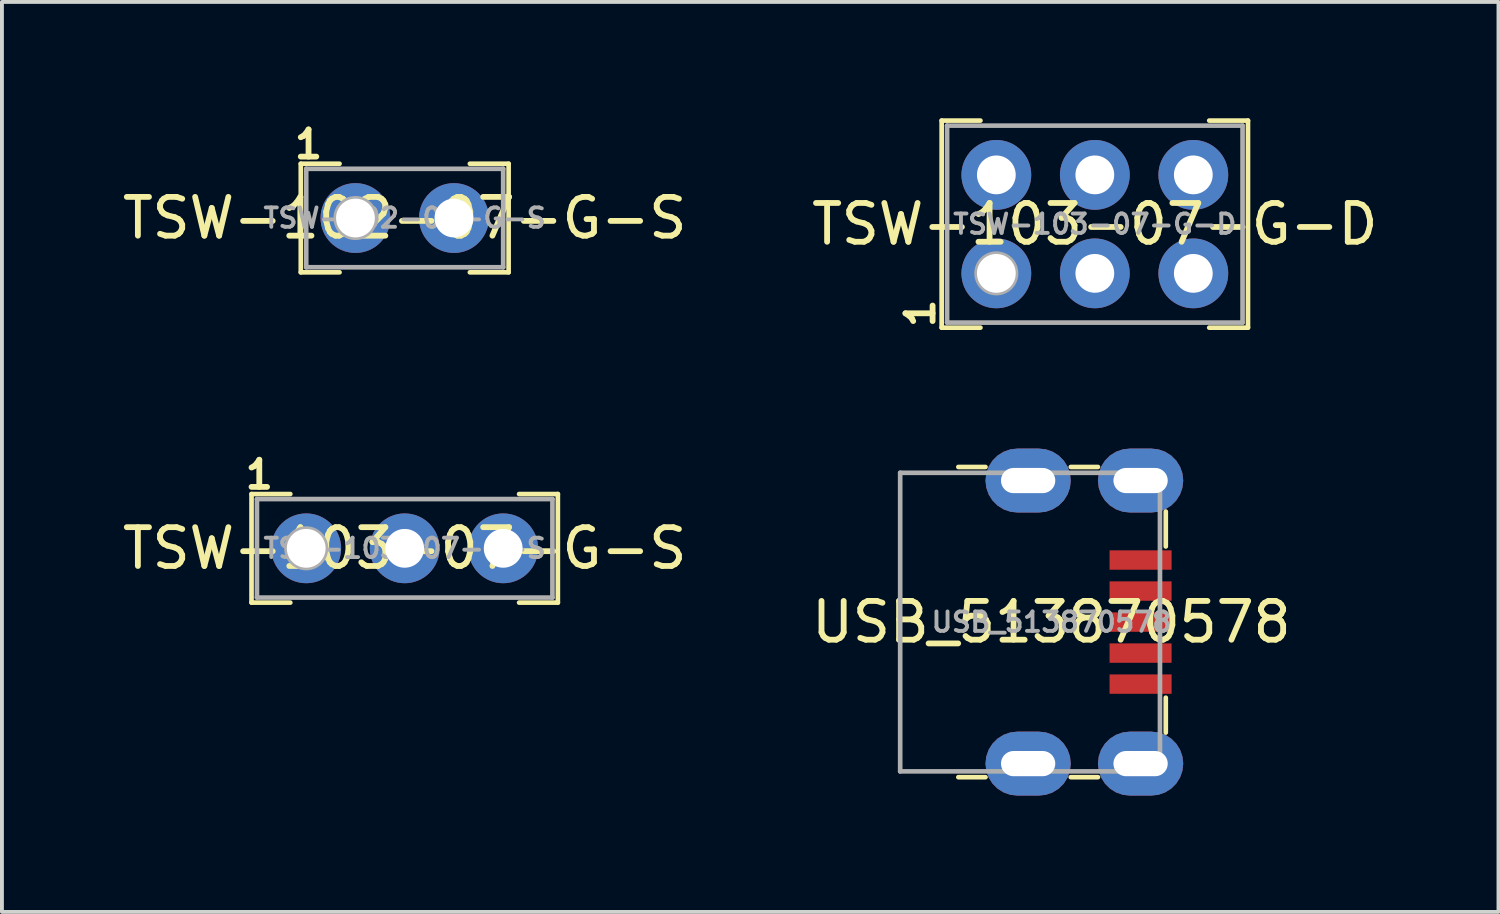
<source format=kicad_pcb>
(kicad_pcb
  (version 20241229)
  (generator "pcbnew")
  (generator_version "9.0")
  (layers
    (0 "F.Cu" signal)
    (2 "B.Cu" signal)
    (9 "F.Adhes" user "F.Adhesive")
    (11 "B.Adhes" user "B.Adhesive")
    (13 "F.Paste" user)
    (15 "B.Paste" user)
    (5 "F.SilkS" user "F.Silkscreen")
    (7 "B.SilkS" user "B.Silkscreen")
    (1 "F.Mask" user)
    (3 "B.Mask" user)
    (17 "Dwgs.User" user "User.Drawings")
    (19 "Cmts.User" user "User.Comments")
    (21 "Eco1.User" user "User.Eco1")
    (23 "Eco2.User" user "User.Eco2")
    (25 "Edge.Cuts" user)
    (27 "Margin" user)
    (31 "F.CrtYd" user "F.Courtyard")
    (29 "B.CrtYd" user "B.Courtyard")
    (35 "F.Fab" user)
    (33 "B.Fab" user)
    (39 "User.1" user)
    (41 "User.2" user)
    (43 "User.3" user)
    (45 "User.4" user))
  (footprint "TSW-102-07-G-S"
    (layer "F.Cu")
    (at 7.387 2.573)
    (property "Reference" "TSW-102-07-G-S" (at 0 0 0) (layer "F.SilkS") (effects (font (size 1 1) (thickness 0.15))))
    (attr through_hole)
    (fp_line (start -2.68 -1.4) (end -2.68 1.4) (stroke (width 0.12) (type solid)) (layer "F.SilkS"))
    (fp_line (start -2.68 -1.4) (end -1.68 -1.4) (stroke (width 0.12) (type solid)) (layer "F.SilkS"))
    (fp_line (start -2.68 1.4) (end -1.68 1.4) (stroke (width 0.12) (type solid)) (layer "F.SilkS"))
    (fp_line (start 2.68 -1.4) (end 1.68 -1.4) (stroke (width 0.12) (type solid)) (layer "F.SilkS"))
    (fp_line (start 2.68 1.4) (end 1.68 1.4) (stroke (width 0.12) (type solid)) (layer "F.SilkS"))
    (fp_line (start 2.68 1.4) (end 2.68 -1.4) (stroke (width 0.12) (type solid)) (layer "F.SilkS"))
    (fp_line (start -2.54 -1.27) (end -2.54 1.27) (stroke (width 0.12) (type solid)) (layer "F.Fab"))
    (fp_line (start -2.54 1.27) (end 2.54 1.27) (stroke (width 0.12) (type solid)) (layer "F.Fab"))
    (fp_line (start 2.54 -1.27) (end -2.54 -1.27) (stroke (width 0.12) (type solid)) (layer "F.Fab"))
    (fp_line (start 2.54 1.27) (end 2.54 -1.27) (stroke (width 0.12) (type solid)) (layer "F.Fab"))
    (fp_circle (center -1.27 0) (end -1.27 -0.508) (stroke (width 0.12) (type solid)) (fill no) (layer "F.Fab"))
    (fp_text user "1" (at -2.48 -1.9 0) (layer "F.SilkS") (effects (font (size 0.7 0.7) (thickness 0.15))))
    (fp_text user "${REFERENCE}" (at 0 0 0) (layer "F.Fab") (effects (font (size 0.5 0.5) (thickness 0.1))))
    (pad "1" thru_hole circle (at -1.27 0) (size 1.8 1.8) (drill 1) (layers "*.Cu" "*.Mask"))
    (pad "2" thru_hole circle (at 1.27 0) (size 1.8 1.8) (drill 1) (layers "*.Cu" "*.Mask")))
  (footprint "TSW-103-07-G-S"
    (layer "F.Cu")
    (at 7.387 11.091)
    (property "Reference" "TSW-103-07-G-S" (at 0 0 0) (layer "F.SilkS") (effects (font (size 1 1) (thickness 0.15))))
    (attr through_hole)
    (fp_line (start -3.95 -1.4) (end -3.95 1.4) (stroke (width 0.12) (type solid)) (layer "F.SilkS"))
    (fp_line (start -3.95 -1.4) (end -2.95 -1.4) (stroke (width 0.12) (type solid)) (layer "F.SilkS"))
    (fp_line (start -3.95 1.4) (end -2.95 1.4) (stroke (width 0.12) (type solid)) (layer "F.SilkS"))
    (fp_line (start 3.95 -1.4) (end 2.95 -1.4) (stroke (width 0.12) (type solid)) (layer "F.SilkS"))
    (fp_line (start 3.95 1.4) (end 2.95 1.4) (stroke (width 0.12) (type solid)) (layer "F.SilkS"))
    (fp_line (start 3.95 1.4) (end 3.95 -1.4) (stroke (width 0.12) (type solid)) (layer "F.SilkS"))
    (fp_line (start -3.81 -1.27) (end -3.81 1.27) (stroke (width 0.12) (type solid)) (layer "F.Fab"))
    (fp_line (start -3.81 1.27) (end 3.81 1.27) (stroke (width 0.12) (type solid)) (layer "F.Fab"))
    (fp_line (start 3.81 -1.27) (end -3.81 -1.27) (stroke (width 0.12) (type solid)) (layer "F.Fab"))
    (fp_line (start 3.81 1.27) (end 3.81 -1.27) (stroke (width 0.12) (type solid)) (layer "F.Fab"))
    (fp_circle (center -2.54 0) (end -2.54 -0.508) (stroke (width 0.12) (type solid)) (fill no) (layer "F.Fab"))
    (fp_text user "1" (at -3.75 -1.9 0) (layer "F.SilkS") (effects (font (size 0.7 0.7) (thickness 0.15))))
    (fp_text user "${REFERENCE}" (at 0 0 0) (layer "F.Fab") (effects (font (size 0.5 0.5) (thickness 0.1))))
    (pad "1" thru_hole circle (at -2.54 0) (size 1.8 1.8) (drill 1) (layers "*.Cu" "*.Mask"))
    (pad "2" thru_hole circle (at 0 0) (size 1.8 1.8) (drill 1) (layers "*.Cu" "*.Mask"))
    (pad "3" thru_hole circle (at 2.54 0) (size 1.8 1.8) (drill 1) (layers "*.Cu" "*.Mask")))
  (footprint "USB_513870578"
    (layer "F.Cu")
    (at 21.565 12.993)
    (property "Reference" "USB_513870578" (at 2.5 0 0) (layer "F.SilkS") (effects (font (size 1 1) (thickness 0.15))))
    (attr through_hole)
    (fp_line (start 0.1 -4) (end 0.8 -4) (stroke (width 0.12) (type solid)) (layer "F.SilkS"))
    (fp_line (start 0.1 4) (end 0.8 4) (stroke (width 0.12) (type solid)) (layer "F.SilkS"))
    (fp_line (start 3 -4) (end 3.7 -4) (stroke (width 0.12) (type solid)) (layer "F.SilkS"))
    (fp_line (start 3 4) (end 3.7 4) (stroke (width 0.12) (type solid)) (layer "F.SilkS"))
    (fp_line (start 5.45 -2.85) (end 5.45 -1.95) (stroke (width 0.12) (type solid)) (layer "F.SilkS"))
    (fp_line (start 5.45 1.95) (end 5.45 2.85) (stroke (width 0.12) (type solid)) (layer "F.SilkS"))
    (fp_line (start -1.4 -3.85) (end -1.4 3.85) (stroke (width 0.12) (type solid)) (layer "F.Fab"))
    (fp_line (start -1.4 3.85) (end 5.3 3.85) (stroke (width 0.12) (type solid)) (layer "F.Fab"))
    (fp_line (start 5.3 -3.85) (end -1.4 -3.85) (stroke (width 0.12) (type solid)) (layer "F.Fab"))
    (fp_line (start 5.3 -3.85) (end 5.3 3.85) (stroke (width 0.12) (type solid)) (layer "F.Fab"))
    (fp_text user "${REFERENCE}" (at 2.5 0 0) (layer "F.Fab") (effects (font (size 0.5 0.5) (thickness 0.1))))
    (pad "1" smd rect (at 4.8 -1.6 90) (size 0.5 1.6) (layers "F.Cu" "F.Mask" "F.Paste"))
    (pad "2" smd rect (at 4.8 -0.8 90) (size 0.5 1.6) (layers "F.Cu" "F.Mask" "F.Paste"))
    (pad "3" smd rect (at 4.8 0 90) (size 0.5 1.6) (layers "F.Cu" "F.Mask" "F.Paste"))
    (pad "4" smd rect (at 4.8 0.8 90) (size 0.5 1.6) (layers "F.Cu" "F.Mask" "F.Paste"))
    (pad "5" smd rect (at 4.8 1.6 90) (size 0.5 1.6) (layers "F.Cu" "F.Mask" "F.Paste"))
    (pad "6" thru_hole roundrect (at 1.9 -3.65 90) (size 1.65 2.2) (drill oval 0.65 1.4) (layers "*.Cu" "*.Mask") (roundrect_rratio 0.5))
    (pad "6" thru_hole roundrect (at 1.9 3.65 90) (size 1.65 2.2) (drill oval 0.65 1.4) (layers "*.Cu" "*.Mask") (roundrect_rratio 0.5))
    (pad "6" thru_hole roundrect (at 4.8 -3.65 90) (size 1.65 2.2) (drill oval 0.65 1.4) (layers "*.Cu" "*.Mask") (roundrect_rratio 0.5))
    (pad "6" thru_hole roundrect (at 4.8 3.65 90) (size 1.65 2.2) (drill oval 0.65 1.4) (layers "*.Cu" "*.Mask") (roundrect_rratio 0.5)))
  (footprint "TSW-103-07-G-D"
    (layer "F.Cu")
    (at 25.185 2.73)
    (property "Reference" "TSW-103-07-G-D" (at 0 0 0) (layer "F.SilkS") (effects (font (size 1 1) (thickness 0.15))))
    (attr through_hole)
    (fp_line (start -3.95 -2.67) (end -3.95 2.67) (stroke (width 0.12) (type solid)) (layer "F.SilkS"))
    (fp_line (start -3.95 -2.67) (end -2.95 -2.67) (stroke (width 0.12) (type solid)) (layer "F.SilkS"))
    (fp_line (start -3.95 2.67) (end -2.95 2.67) (stroke (width 0.12) (type solid)) (layer "F.SilkS"))
    (fp_line (start 3.95 -2.67) (end 2.95 -2.67) (stroke (width 0.12) (type solid)) (layer "F.SilkS"))
    (fp_line (start 3.95 2.67) (end 2.95 2.67) (stroke (width 0.12) (type solid)) (layer "F.SilkS"))
    (fp_line (start 3.95 2.67) (end 3.95 -2.67) (stroke (width 0.12) (type solid)) (layer "F.SilkS"))
    (fp_line (start -3.81 -2.54) (end -3.81 2.54) (stroke (width 0.12) (type solid)) (layer "F.Fab"))
    (fp_line (start -3.81 2.54) (end 3.81 2.54) (stroke (width 0.12) (type solid)) (layer "F.Fab"))
    (fp_line (start 3.81 -2.54) (end -3.81 -2.54) (stroke (width 0.12) (type solid)) (layer "F.Fab"))
    (fp_line (start 3.81 2.54) (end 3.81 -2.54) (stroke (width 0.12) (type solid)) (layer "F.Fab"))
    (fp_circle (center -2.54 1.27) (end -2.54 0.762) (stroke (width 0.12) (type solid)) (fill no) (layer "F.Fab"))
    (fp_text user "1" (at -4.5 2.3 90) (layer "F.SilkS") (effects (font (size 0.7 0.7) (thickness 0.15))))
    (fp_text user "${REFERENCE}" (at 0 0 0) (layer "F.Fab") (effects (font (size 0.5 0.5) (thickness 0.1))))
    (pad "1" thru_hole circle (at -2.54 1.27) (size 1.8 1.8) (drill 1) (layers "*.Cu" "*.Mask"))
    (pad "2" thru_hole circle (at -2.54 -1.27) (size 1.8 1.8) (drill 1) (layers "*.Cu" "*.Mask"))
    (pad "3" thru_hole circle (at 0 1.27) (size 1.8 1.8) (drill 1) (layers "*.Cu" "*.Mask"))
    (pad "4" thru_hole circle (at 0 -1.27) (size 1.8 1.8) (drill 1) (layers "*.Cu" "*.Mask"))
    (pad "5" thru_hole circle (at 2.54 1.27) (size 1.8 1.8) (drill 1) (layers "*.Cu" "*.Mask"))
    (pad "6" thru_hole circle (at 2.54 -1.27) (size 1.8 1.8) (drill 1) (layers "*.Cu" "*.Mask")))
  (gr_rect
    (start -3 -3)
    (end 35.595 20.468)
    (stroke (width 0.1) (type default))
    (fill no)
    (layer "Edge.Cuts")))
</source>
